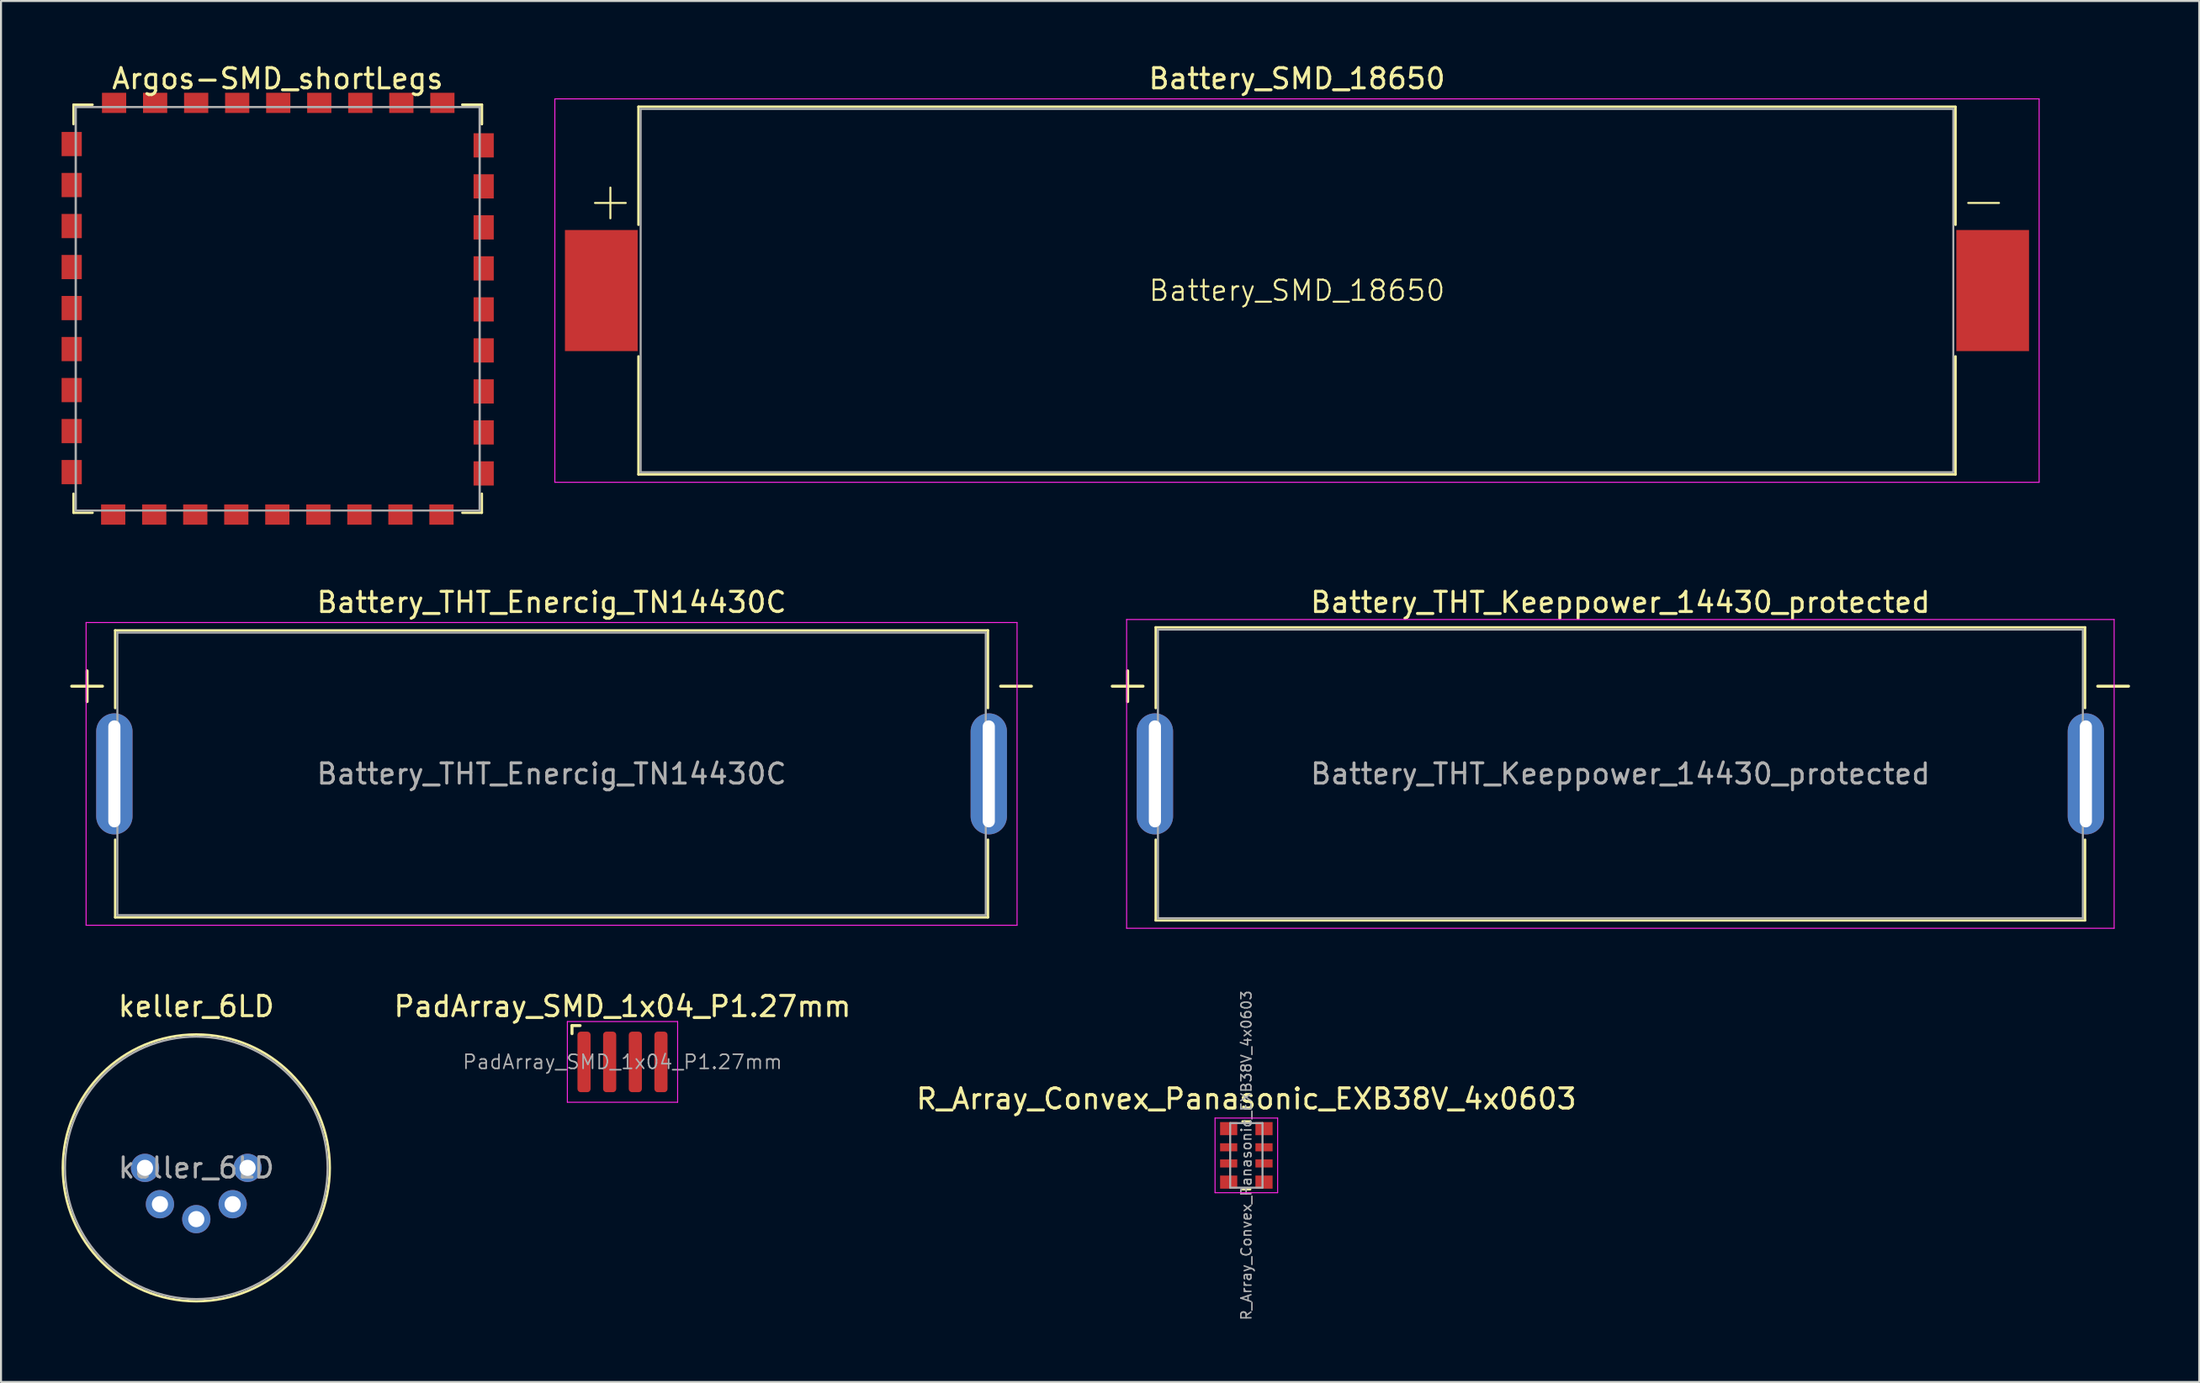
<source format=kicad_pcb>
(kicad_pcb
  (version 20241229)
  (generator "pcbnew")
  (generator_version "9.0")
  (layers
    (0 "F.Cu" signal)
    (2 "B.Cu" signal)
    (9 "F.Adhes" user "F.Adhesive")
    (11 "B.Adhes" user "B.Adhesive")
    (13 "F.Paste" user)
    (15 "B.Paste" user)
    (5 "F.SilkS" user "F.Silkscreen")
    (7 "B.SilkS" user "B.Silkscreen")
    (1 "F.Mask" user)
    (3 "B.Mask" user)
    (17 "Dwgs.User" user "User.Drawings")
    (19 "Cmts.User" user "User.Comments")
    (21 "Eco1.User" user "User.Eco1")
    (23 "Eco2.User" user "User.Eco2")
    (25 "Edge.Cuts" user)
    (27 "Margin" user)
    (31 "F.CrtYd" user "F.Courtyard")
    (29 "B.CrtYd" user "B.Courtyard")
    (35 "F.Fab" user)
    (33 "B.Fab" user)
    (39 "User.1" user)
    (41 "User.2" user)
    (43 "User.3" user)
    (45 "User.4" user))
  (footprint "PadArray_SMD_1x04_P1.27mm"
    (layer "F.Cu")
    (at 27.775 49.57)
    (property "Reference" "PadArray_SMD_1x04_P1.27mm" (at 0 -2.75 0) (layer "F.SilkS") (effects (font (size 1 1) (thickness 0.15))))
    (attr smd)
    (fp_line (start -2.5 -1.8) (end -2.5 -1.4) (stroke (width 0.15) (type default)) (layer "F.SilkS"))
    (fp_line (start -2.5 -1.8) (end -2.1 -1.8) (stroke (width 0.15) (type default)) (layer "F.SilkS"))
    (fp_line (start -2.73 -2) (end -2.73 2) (stroke (width 0.05) (type solid)) (layer "F.CrtYd"))
    (fp_line (start -2.73 -2) (end 2.73 -2) (stroke (width 0.05) (type solid)) (layer "F.CrtYd"))
    (fp_line (start -2.73 2) (end 2.73 2) (stroke (width 0.05) (type solid)) (layer "F.CrtYd"))
    (fp_line (start 2.73 -2) (end 2.73 2) (stroke (width 0.05) (type solid)) (layer "F.CrtYd"))
    (fp_text user "${REFERENCE}" (at 0 0 0) (layer "F.Fab") (effects (font (size 0.7 0.7) (thickness 0.08))))
    (pad "1" smd roundrect (at -1.905 0 90) (size 3 0.65) (layers "F.Cu" "F.Mask" "F.Paste") (roundrect_rratio 0.25))
    (pad "2" smd roundrect (at -0.635 0 90) (size 3 0.65) (layers "F.Cu" "F.Mask" "F.Paste") (roundrect_rratio 0.25))
    (pad "3" smd roundrect (at 0.635 0 90) (size 3 0.65) (layers "F.Cu" "F.Mask" "F.Paste") (roundrect_rratio 0.25))
    (pad "4" smd roundrect (at 1.905 0 90) (size 3 0.65) (layers "F.Cu" "F.Mask" "F.Paste") (roundrect_rratio 0.25)))
  (footprint "keller_6LD"
    (layer "F.Cu")
    (at 6.67 54.82)
    (property "Reference" "keller_6LD" (at 0 -8 0) (layer "F.SilkS") (effects (font (size 1 1) (thickness 0.15))))
    (attr through_hole)
    (fp_circle (center 0 0) (end 6.61 0) (stroke (width 0.12) (type solid)) (fill no) (layer "F.SilkS"))
    (fp_circle (center 0 0) (end 6.5 0) (stroke (width 0.1) (type solid)) (fill no) (layer "F.Fab"))
    (fp_text user "${REFERENCE}" (at 0 0 0) (layer "F.Fab") (effects (font (size 1 1) (thickness 0.15))))
    (pad "1" thru_hole circle (at -2.54 0) (size 1.4 1.4) (drill 0.8) (layers "*.Cu" "*.Mask"))
    (pad "2" thru_hole circle (at -1.8 1.8) (size 1.4 1.4) (drill 0.8) (layers "*.Cu" "*.Mask"))
    (pad "3" thru_hole circle (at 0 2.54) (size 1.4 1.4) (drill 0.8) (layers "*.Cu" "*.Mask"))
    (pad "4" thru_hole circle (at 1.8 1.8) (size 1.4 1.4) (drill 0.8) (layers "*.Cu" "*.Mask"))
    (pad "5" thru_hole circle (at 2.54 0) (size 1.4 1.4) (drill 0.8) (layers "*.Cu" "*.Mask")))
  (footprint "Battery_SMD_18650"
    (layer "F.Cu")
    (at 61.175 11.348)
    (property "Reference" "Battery_SMD_18650" (at 0 -10.5 0) (layer "F.SilkS") (effects (font (size 1 1) (thickness 0.15))))
    (attr smd)
    (fp_line (start -32.61 -9.11) (end -32.61 -3.26) (stroke (width 0.12) (type solid)) (layer "F.SilkS"))
    (fp_line (start -32.61 -9.11) (end 32.61 -9.11) (stroke (width 0.12) (type default)) (layer "F.SilkS"))
    (fp_line (start -32.61 3.26) (end -32.61 9.11) (stroke (width 0.12) (type solid)) (layer "F.SilkS"))
    (fp_line (start -32.61 9.11) (end 32.61 9.11) (stroke (width 0.12) (type default)) (layer "F.SilkS"))
    (fp_line (start 32.61 -9.1) (end 32.61 -3.26) (stroke (width 0.12) (type solid)) (layer "F.SilkS"))
    (fp_line (start 32.61 3.26) (end 32.61 9.11) (stroke (width 0.12) (type solid)) (layer "F.SilkS"))
    (fp_line (start -36.75 -9.5) (end -36.75 9.5) (stroke (width 0.05) (type solid)) (layer "F.CrtYd"))
    (fp_line (start -36.75 -9.5) (end 36.75 -9.5) (stroke (width 0.05) (type default)) (layer "F.CrtYd"))
    (fp_line (start -36.75 9.5) (end 36.75 9.5) (stroke (width 0.05) (type default)) (layer "F.CrtYd"))
    (fp_line (start 36.75 -9.5) (end 36.75 9.5) (stroke (width 0.05) (type solid)) (layer "F.CrtYd"))
    (fp_line (start -32.5 -9) (end -32.5 9) (stroke (width 0.1) (type default)) (layer "F.Fab"))
    (fp_line (start -32.5 -9) (end 32.5 -9) (stroke (width 0.1) (type default)) (layer "F.Fab"))
    (fp_line (start -32.5 9) (end 32.5 9) (stroke (width 0.1) (type default)) (layer "F.Fab"))
    (fp_line (start 32.5 -9) (end 32.5 9) (stroke (width 0.1) (type default)) (layer "F.Fab"))
    (fp_text user "${REFERENCE}" (at 0 0 0) (layer "F.SilkS") (effects (font (size 1 1) (thickness 0.1))))
    (fp_text user "+" (at -34 -4.5 0) (layer "F.SilkS") (effects (font (size 2 2) (thickness 0.1))))
    (fp_text user "-" (at 34 -4.5 0) (layer "F.SilkS") (effects (font (size 2 2) (thickness 0.1))))
    (pad "1" smd rect (at -34.45 0) (size 3.6 6) (layers "F.Cu" "F.Mask" "F.Paste"))
    (pad "2" smd rect (at 34.45 0) (size 3.6 6) (layers "F.Cu" "F.Mask" "F.Paste")))
  (footprint "R_Array_Convex_Panasonic_EXB38V_4x0603"
    (layer "F.Cu")
    (at 58.667 54.201)
    (property "Reference" "R_Array_Convex_Panasonic_EXB38V_4x0603" (at 0 -2.8 0) (layer "F.SilkS") (effects (font (size 1 1) (thickness 0.15))))
    (attr smd)
    (fp_line (start -0.19 -1.68) (end 0.19 -1.68) (stroke (width 0.12) (type solid)) (layer "F.SilkS"))
    (fp_line (start -0.19 1.68) (end 0.19 1.68) (stroke (width 0.12) (type solid)) (layer "F.SilkS"))
    (fp_line (start -1.55 -1.85) (end -1.55 1.85) (stroke (width 0.05) (type solid)) (layer "F.CrtYd"))
    (fp_line (start -1.55 -1.85) (end 1.55 -1.85) (stroke (width 0.05) (type solid)) (layer "F.CrtYd"))
    (fp_line (start 1.55 1.85) (end -1.55 1.85) (stroke (width 0.05) (type solid)) (layer "F.CrtYd"))
    (fp_line (start 1.55 1.85) (end 1.55 -1.85) (stroke (width 0.05) (type solid)) (layer "F.CrtYd"))
    (fp_line (start -0.8 -1.6) (end 0.8 -1.6) (stroke (width 0.1) (type solid)) (layer "F.Fab"))
    (fp_line (start -0.8 1.6) (end -0.8 -1.6) (stroke (width 0.1) (type solid)) (layer "F.Fab"))
    (fp_line (start 0.8 -1.6) (end 0.8 1.6) (stroke (width 0.1) (type solid)) (layer "F.Fab"))
    (fp_line (start 0.8 1.6) (end -0.8 1.6) (stroke (width 0.1) (type solid)) (layer "F.Fab"))
    (fp_text user "${REFERENCE}" (at 0 0 90) (layer "F.Fab") (effects (font (size 0.5 0.5) (thickness 0.075))))
    (pad "1" smd rect (at -0.875 -1.325) (size 0.85 0.65) (layers "F.Cu" "F.Mask" "F.Paste"))
    (pad "2" smd rect (at -0.875 -0.4) (size 0.85 0.4) (layers "F.Cu" "F.Mask" "F.Paste"))
    (pad "3" smd rect (at -0.875 0.4) (size 0.85 0.4) (layers "F.Cu" "F.Mask" "F.Paste"))
    (pad "4" smd rect (at -0.875 1.325) (size 0.85 0.65) (layers "F.Cu" "F.Mask" "F.Paste"))
    (pad "5" smd rect (at 0.875 1.325) (size 0.85 0.65) (layers "F.Cu" "F.Mask" "F.Paste"))
    (pad "6" smd rect (at 0.875 0.4) (size 0.85 0.4) (layers "F.Cu" "F.Mask" "F.Paste"))
    (pad "7" smd rect (at 0.875 -0.4) (size 0.85 0.4) (layers "F.Cu" "F.Mask" "F.Paste"))
    (pad "8" smd rect (at 0.875 -1.325) (size 0.85 0.65) (layers "F.Cu" "F.Mask" "F.Paste")))
  (footprint "Battery_THT_Keeppower_14430_protected"
    (layer "F.Cu")
    (at 77.189 35.297)
    (property "Reference" "Battery_THT_Keeppower_14430_protected" (at 0 -8.5 0) (layer "F.SilkS") (effects (font (size 1 1) (thickness 0.15))))
    (attr through_hole)
    (fp_line (start -23.01 -7.26) (end -23.01 -3.26) (stroke (width 0.12) (type solid)) (layer "F.SilkS"))
    (fp_line (start -23.01 -7.26) (end 23.01 -7.26) (stroke (width 0.12) (type solid)) (layer "F.SilkS"))
    (fp_line (start -23.01 3.26) (end -23.01 7.26) (stroke (width 0.12) (type solid)) (layer "F.SilkS"))
    (fp_line (start -23.01 7.26) (end 23.01 7.26) (stroke (width 0.12) (type solid)) (layer "F.SilkS"))
    (fp_line (start 23.01 -7.26) (end 23.01 -3.26) (stroke (width 0.12) (type solid)) (layer "F.SilkS"))
    (fp_line (start 23.01 3.26) (end 23.01 7.26) (stroke (width 0.12) (type solid)) (layer "F.SilkS"))
    (fp_line (start -24.45 -7.65) (end 24.45 -7.65) (stroke (width 0.05) (type solid)) (layer "F.CrtYd"))
    (fp_line (start -24.45 7.65) (end -24.45 -7.65) (stroke (width 0.05) (type solid)) (layer "F.CrtYd"))
    (fp_line (start -24.45 7.65) (end 24.45 7.65) (stroke (width 0.05) (type solid)) (layer "F.CrtYd"))
    (fp_line (start 24.45 -7.65) (end 24.45 7.65) (stroke (width 0.05) (type solid)) (layer "F.CrtYd"))
    (fp_line (start -22.9 -7.15) (end -22.9 7.15) (stroke (width 0.1) (type solid)) (layer "F.Fab"))
    (fp_line (start -22.9 -7.15) (end 22.9 -7.15) (stroke (width 0.1) (type solid)) (layer "F.Fab"))
    (fp_line (start -22.9 7.15) (end 22.9 7.15) (stroke (width 0.1) (type solid)) (layer "F.Fab"))
    (fp_line (start 22.9 -7.15) (end 22.9 7.15) (stroke (width 0.1) (type solid)) (layer "F.Fab"))
    (fp_text user "-" (at 24.4 -4.5 0) (layer "F.SilkS") (effects (font (size 2 2) (thickness 0.15))))
    (fp_text user "+" (at -24.4 -4.5 0) (layer "F.SilkS") (effects (font (size 2 2) (thickness 0.15))))
    (fp_text user "${REFERENCE}" (at 0 0 0) (layer "F.Fab") (effects (font (size 1 1) (thickness 0.15))))
    (pad "1" thru_hole oval (at -23.05 0) (size 1.8 6) (drill oval 0.6 5.3) (layers "*.Cu" "*.Mask"))
    (pad "2" thru_hole oval (at 23.05 0) (size 1.8 6) (drill oval 0.6 5.3) (layers "*.Cu" "*.Mask")))
  (footprint "Battery_THT_Enercig_TN14430C"
    (layer "F.Cu")
    (at 24.263 35.297)
    (property "Reference" "Battery_THT_Enercig_TN14430C" (at 0 -8.5 0) (layer "F.SilkS") (effects (font (size 1 1) (thickness 0.15))))
    (attr through_hole)
    (fp_line (start -21.61 -7.11) (end -21.61 -3.26) (stroke (width 0.12) (type solid)) (layer "F.SilkS"))
    (fp_line (start -21.61 -7.11) (end 21.61 -7.11) (stroke (width 0.12) (type solid)) (layer "F.SilkS"))
    (fp_line (start -21.61 3.26) (end -21.61 7.11) (stroke (width 0.12) (type solid)) (layer "F.SilkS"))
    (fp_line (start -21.61 7.11) (end 21.61 7.11) (stroke (width 0.12) (type solid)) (layer "F.SilkS"))
    (fp_line (start 21.61 -7.11) (end 21.61 -3.26) (stroke (width 0.12) (type solid)) (layer "F.SilkS"))
    (fp_line (start 21.61 3.26) (end 21.61 7.11) (stroke (width 0.12) (type solid)) (layer "F.SilkS"))
    (fp_line (start -23.05 -7.5) (end 23.05 -7.5) (stroke (width 0.05) (type solid)) (layer "F.CrtYd"))
    (fp_line (start -23.05 7.5) (end -23.05 -7.5) (stroke (width 0.05) (type solid)) (layer "F.CrtYd"))
    (fp_line (start -23.05 7.5) (end 23.05 7.5) (stroke (width 0.05) (type solid)) (layer "F.CrtYd"))
    (fp_line (start 23.05 -7.5) (end 23.05 7.5) (stroke (width 0.05) (type solid)) (layer "F.CrtYd"))
    (fp_line (start -21.5 -7) (end -21.5 7) (stroke (width 0.1) (type solid)) (layer "F.Fab"))
    (fp_line (start -21.5 -7) (end 21.5 -7) (stroke (width 0.1) (type solid)) (layer "F.Fab"))
    (fp_line (start -21.5 7) (end 21.5 7) (stroke (width 0.1) (type solid)) (layer "F.Fab"))
    (fp_line (start 21.5 -7) (end 21.5 7) (stroke (width 0.1) (type solid)) (layer "F.Fab"))
    (fp_text user "+" (at -23 -4.5 0) (layer "F.SilkS") (effects (font (size 2 2) (thickness 0.15))))
    (fp_text user "-" (at 23 -4.5 0) (layer "F.SilkS") (effects (font (size 2 2) (thickness 0.15))))
    (fp_text user "${REFERENCE}" (at 0 0 0) (layer "F.Fab") (effects (font (size 1 1) (thickness 0.15))))
    (pad "1" thru_hole oval (at -21.65 0) (size 1.8 6) (drill oval 0.6 5.3) (layers "*.Cu" "*.Mask"))
    (pad "2" thru_hole oval (at 21.65 0) (size 1.8 6) (drill oval 0.6 5.3) (layers "*.Cu" "*.Mask")))
  (footprint "Argos-SMD_shortLegs"
    (layer "F.Cu")
    (at 10.7 12.248)
    (property "Reference" "Argos-SMD_shortLegs" (at 0 -11.4 0) (layer "F.SilkS") (effects (font (size 1 1) (thickness 0.15))))
    (fp_line (start -10.11 -10.11) (end -10.11 -9.146) (stroke (width 0.12) (type default)) (layer "F.SilkS"))
    (fp_line (start -10.11 -10.11) (end -9.166 -10.11) (stroke (width 0.12) (type default)) (layer "F.SilkS"))
    (fp_line (start -10.11 9.166) (end -10.11 10.11) (stroke (width 0.12) (type default)) (layer "F.SilkS"))
    (fp_line (start -10.11 10.11) (end -9.166 10.11) (stroke (width 0.12) (type default)) (layer "F.SilkS"))
    (fp_line (start 9.146 -10.11) (end 10.11 -10.11) (stroke (width 0.12) (type default)) (layer "F.SilkS"))
    (fp_line (start 9.146 -10.11) (end 10.11 -10.11) (stroke (width 0.12) (type default)) (layer "F.SilkS"))
    (fp_line (start 9.146 10.11) (end 10.11 10.11) (stroke (width 0.12) (type default)) (layer "F.SilkS"))
    (fp_line (start 10.11 -10.11) (end 10.11 -9.146) (stroke (width 0.12) (type default)) (layer "F.SilkS"))
    (fp_line (start 10.11 -10.11) (end 10.11 -9.146) (stroke (width 0.12) (type default)) (layer "F.SilkS"))
    (fp_line (start 10.11 9.166) (end 10.11 10.11) (stroke (width 0.12) (type default)) (layer "F.SilkS"))
    (fp_line (start -10 -10) (end 10 -10) (stroke (width 0.1) (type solid)) (layer "F.Fab"))
    (fp_line (start -10 -10) (end 10 -10) (stroke (width 0.1) (type solid)) (layer "F.Fab"))
    (fp_line (start -10 10) (end -10 -10) (stroke (width 0.1) (type solid)) (layer "F.Fab"))
    (fp_line (start -10 10) (end -10 -10) (stroke (width 0.1) (type solid)) (layer "F.Fab"))
    (fp_line (start -10 10) (end 10 10) (stroke (width 0.1) (type solid)) (layer "F.Fab"))
    (fp_line (start 10 10) (end 10 -10) (stroke (width 0.1) (type solid)) (layer "F.Fab"))
    (fp_line (start 10 10) (end 10 -10) (stroke (width 0.1) (type solid)) (layer "F.Fab"))
    (pad "0" smd rect (at -10.2 8.095) (size 1 1.2) (layers "F.Cu" "F.Mask" "F.Paste"))
    (pad "1" smd rect (at -10.2 6.063) (size 1 1.2) (layers "F.Cu" "F.Mask" "F.Paste"))
    (pad "2" smd rect (at -10.2 4.031) (size 1 1.2) (layers "F.Cu" "F.Mask" "F.Paste"))
    (pad "3" smd rect (at -10.2 1.999) (size 1 1.2) (layers "F.Cu" "F.Mask" "F.Paste"))
    (pad "4" smd rect (at -10.2 -0.033) (size 1 1.2) (layers "F.Cu" "F.Mask" "F.Paste"))
    (pad "5" smd rect (at -10.2 -2.065) (size 1 1.2) (layers "F.Cu" "F.Mask" "F.Paste"))
    (pad "6" smd rect (at -10.2 -4.097) (size 1 1.2) (layers "F.Cu" "F.Mask" "F.Paste"))
    (pad "7" smd rect (at -10.2 -6.129) (size 1 1.2) (layers "F.Cu" "F.Mask" "F.Paste"))
    (pad "8" smd rect (at -10.2 -8.161) (size 1 1.2) (layers "F.Cu" "F.Mask" "F.Paste"))
    (pad "9" smd rect (at -8.1 -10.2 270) (size 1 1.2) (layers "F.Cu" "F.Mask" "F.Paste"))
    (pad "10" smd rect (at -6.068 -10.2 270) (size 1 1.2) (layers "F.Cu" "F.Mask" "F.Paste"))
    (pad "11" smd rect (at -4.036 -10.2 270) (size 1 1.2) (layers "F.Cu" "F.Mask" "F.Paste"))
    (pad "12" smd rect (at -2.004 -10.2 270) (size 1 1.2) (layers "F.Cu" "F.Mask" "F.Paste"))
    (pad "13" smd rect (at 0.028 -10.2 270) (size 1 1.2) (layers "F.Cu" "F.Mask" "F.Paste"))
    (pad "14" smd rect (at 2.06 -10.2 270) (size 1 1.2) (layers "F.Cu" "F.Mask" "F.Paste"))
    (pad "15" smd rect (at 4.092 -10.2 270) (size 1 1.2) (layers "F.Cu" "F.Mask" "F.Paste"))
    (pad "16" smd rect (at 6.124 -10.2 270) (size 1 1.2) (layers "F.Cu" "F.Mask" "F.Paste"))
    (pad "17" smd rect (at 8.156 -10.2 270) (size 1 1.2) (layers "F.Cu" "F.Mask" "F.Paste"))
    (pad "18" smd rect (at 10.2 -8.095 180) (size 1 1.2) (layers "F.Cu" "F.Mask" "F.Paste"))
    (pad "19" smd rect (at 10.2 -6.063 180) (size 1 1.2) (layers "F.Cu" "F.Mask" "F.Paste"))
    (pad "20" smd rect (at 10.2 -4.031 180) (size 1 1.2) (layers "F.Cu" "F.Mask" "F.Paste"))
    (pad "21" smd rect (at 10.2 -1.999 180) (size 1 1.2) (layers "F.Cu" "F.Mask" "F.Paste"))
    (pad "22" smd rect (at 10.2 0.033 180) (size 1 1.2) (layers "F.Cu" "F.Mask" "F.Paste"))
    (pad "23" smd rect (at 10.2 2.065 180) (size 1 1.2) (layers "F.Cu" "F.Mask" "F.Paste"))
    (pad "24" smd rect (at 10.2 4.097 180) (size 1 1.2) (layers "F.Cu" "F.Mask" "F.Paste"))
    (pad "25" smd rect (at 10.2 6.129 180) (size 1 1.2) (layers "F.Cu" "F.Mask" "F.Paste"))
    (pad "26" smd rect (at 10.2 8.161 180) (size 1 1.2) (layers "F.Cu" "F.Mask" "F.Paste"))
    (pad "27" smd rect (at 8.111 10.2 90) (size 1 1.2) (layers "F.Cu" "F.Mask" "F.Paste"))
    (pad "28" smd rect (at 6.079 10.2 90) (size 1 1.2) (layers "F.Cu" "F.Mask" "F.Paste"))
    (pad "29" smd rect (at 4.047 10.2 90) (size 1 1.2) (layers "F.Cu" "F.Mask" "F.Paste"))
    (pad "30" smd rect (at 2.015 10.2 90) (size 1 1.2) (layers "F.Cu" "F.Mask" "F.Paste"))
    (pad "31" smd rect (at -0.017 10.2 90) (size 1 1.2) (layers "F.Cu" "F.Mask" "F.Paste"))
    (pad "32" smd rect (at -2.049 10.2 90) (size 1 1.2) (layers "F.Cu" "F.Mask" "F.Paste"))
    (pad "33" smd rect (at -4.081 10.2 90) (size 1 1.2) (layers "F.Cu" "F.Mask" "F.Paste"))
    (pad "34" smd rect (at -6.113 10.2 90) (size 1 1.2) (layers "F.Cu" "F.Mask" "F.Paste"))
    (pad "35" smd rect (at -8.145 10.2 90) (size 1 1.2) (layers "F.Cu" "F.Mask" "F.Paste")))
  (gr_rect
    (start -3 -3)
    (end 105.852 65.43)
    (stroke (width 0.1) (type default))
    (fill no)
    (layer "Edge.Cuts")))
</source>
